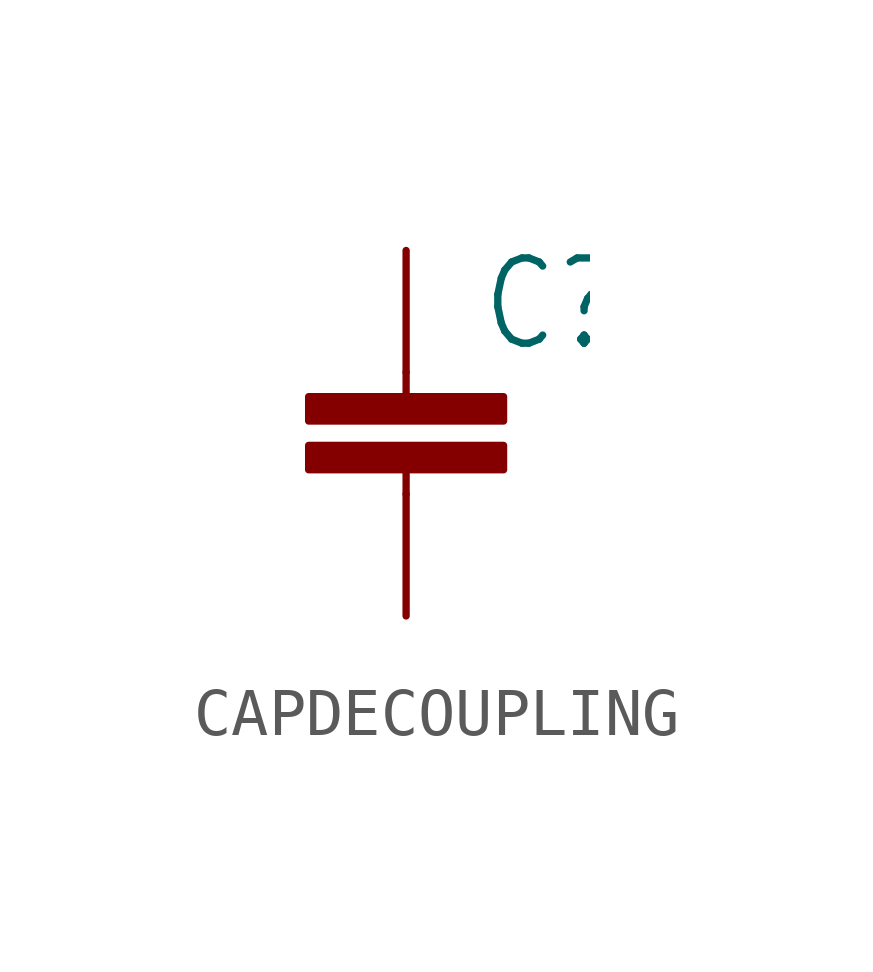
<source format=kicad_sym>
(kicad_symbol_lib
  (version 20220914)
  (generator kicad_symbol_editor)
  (symbol "CAPDECOUPLING"
    (property "Reference" "C"
      (at 1.524 2.921 0)
      (effects (font (size 1.778 1.511)) (justify left bottom)))
    (property "Value" ""
      (at 1.524 -2.159 0)
      (effects (font (size 1.778 1.511)) (justify left bottom)))
    (property "ki_locked" ""
      (at 0 0 0)
      (effects (font (size 1.27 1.27))))
    (symbol "CAPDECOUPLING_1_0"
      (rectangle (start -2.032 0.508) (end 2.032 1.016) (stroke (width 0) (type default)) (fill (type outline)))
      (rectangle (start -2.032 1.524) (end 2.032 2.032) (stroke (width 0) (type default)) (fill (type outline)))
      (polyline (pts (xy 0 0) (xy 0 0.508)) (stroke (width 0.152) (type solid)) (fill (type none)))
      (polyline (pts (xy 0 2.54) (xy 0 2.032)) (stroke (width 0.152) (type solid)) (fill (type none)))
      (pin passive line (at 0 5.08 270) (length 2.54) (name "1" (effects (font (size 0 0)))) (number "1" (effects (font (size 0 0)))))
      (pin passive line (at 0 -2.54 90) (length 2.54) (name "2" (effects (font (size 0 0)))) (number "2" (effects (font (size 0 0))))))))
</source>
